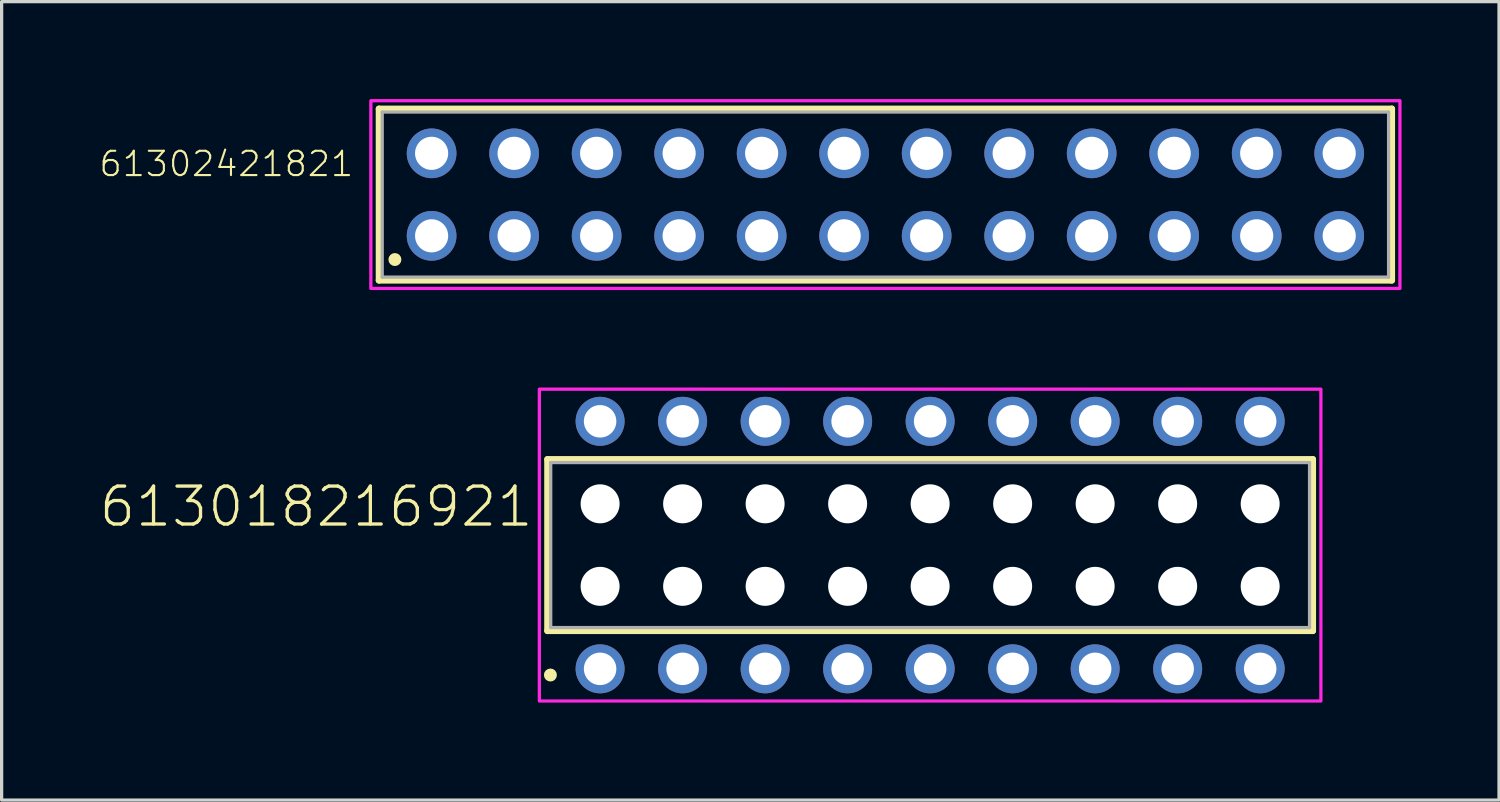
<source format=kicad_pcb>
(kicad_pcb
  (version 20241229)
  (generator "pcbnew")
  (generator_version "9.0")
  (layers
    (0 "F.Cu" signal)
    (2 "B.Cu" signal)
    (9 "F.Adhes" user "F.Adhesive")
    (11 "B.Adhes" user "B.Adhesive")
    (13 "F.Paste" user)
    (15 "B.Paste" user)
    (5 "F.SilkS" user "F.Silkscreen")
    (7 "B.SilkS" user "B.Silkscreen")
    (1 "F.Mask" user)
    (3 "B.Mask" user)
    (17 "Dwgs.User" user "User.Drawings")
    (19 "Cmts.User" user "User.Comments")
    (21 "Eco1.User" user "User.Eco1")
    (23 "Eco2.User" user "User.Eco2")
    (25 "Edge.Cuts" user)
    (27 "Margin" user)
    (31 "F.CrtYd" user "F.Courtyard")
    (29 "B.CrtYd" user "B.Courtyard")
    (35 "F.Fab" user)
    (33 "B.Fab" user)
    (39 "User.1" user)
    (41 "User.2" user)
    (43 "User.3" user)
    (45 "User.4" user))
  (footprint "613018216921"
    (layer "F.Cu")
    (at 25.584 13.73)
    (property "Reference" "613018216921" (at -12.16 -0.5 0) (unlocked yes) (layer "F.SilkS") (effects (font (size 1.168 1.168) (thickness 0.102)) (justify right bottom)))
    (fp_line (start -11.78 -2.64) (end 11.78 -2.64) (stroke (width 0.2) (type solid)) (layer "F.SilkS"))
    (fp_line (start -11.78 2.64) (end -11.78 -2.64) (stroke (width 0.2) (type solid)) (layer "F.SilkS"))
    (fp_line (start 11.78 -2.64) (end 11.78 2.64) (stroke (width 0.2) (type solid)) (layer "F.SilkS"))
    (fp_line (start 11.78 2.64) (end -11.78 2.64) (stroke (width 0.2) (type solid)) (layer "F.SilkS"))
    (fp_circle (center -11.69 4) (end -11.59 4) (stroke (width 0.2) (type solid)) (fill no) (layer "F.SilkS"))
    (fp_poly (pts (xy 12.03 4.8) (xy -12.03 4.8) (xy -12.03 -4.8) (xy 12.03 -4.8)) (stroke (width 0.1) (type default)) (fill no) (layer "F.CrtYd"))
    (fp_line (start -11.68 -2.54) (end -11.68 2.54) (stroke (width 0.1) (type solid)) (layer "F.Fab"))
    (fp_line (start -11.68 2.54) (end 11.68 2.54) (stroke (width 0.1) (type solid)) (layer "F.Fab"))
    (fp_line (start 11.68 -2.54) (end -11.68 -2.54) (stroke (width 0.1) (type solid)) (layer "F.Fab"))
    (fp_line (start 11.68 2.54) (end 11.68 -2.54) (stroke (width 0.1) (type solid)) (layer "F.Fab"))
    (pad "" np_thru_hole circle (at -10.16 -1.27) (size 1.2 1.2) (drill 1.2) (layers "*.Cu" "*.Mask"))
    (pad "" np_thru_hole circle (at -10.16 1.27) (size 1.2 1.2) (drill 1.2) (layers "*.Cu" "*.Mask"))
    (pad "" np_thru_hole circle (at -7.62 -1.27) (size 1.2 1.2) (drill 1.2) (layers "*.Cu" "*.Mask"))
    (pad "" np_thru_hole circle (at -7.62 1.27) (size 1.2 1.2) (drill 1.2) (layers "*.Cu" "*.Mask"))
    (pad "" np_thru_hole circle (at -5.08 -1.27) (size 1.2 1.2) (drill 1.2) (layers "*.Cu" "*.Mask"))
    (pad "" np_thru_hole circle (at -5.08 1.27) (size 1.2 1.2) (drill 1.2) (layers "*.Cu" "*.Mask"))
    (pad "" np_thru_hole circle (at -2.54 -1.27) (size 1.2 1.2) (drill 1.2) (layers "*.Cu" "*.Mask"))
    (pad "" np_thru_hole circle (at -2.54 1.27) (size 1.2 1.2) (drill 1.2) (layers "*.Cu" "*.Mask"))
    (pad "" np_thru_hole circle (at 0 -1.27) (size 1.2 1.2) (drill 1.2) (layers "*.Cu" "*.Mask"))
    (pad "" np_thru_hole circle (at 0 1.27) (size 1.2 1.2) (drill 1.2) (layers "*.Cu" "*.Mask"))
    (pad "" np_thru_hole circle (at 2.54 -1.27) (size 1.2 1.2) (drill 1.2) (layers "*.Cu" "*.Mask"))
    (pad "" np_thru_hole circle (at 2.54 1.27) (size 1.2 1.2) (drill 1.2) (layers "*.Cu" "*.Mask"))
    (pad "" np_thru_hole circle (at 5.08 -1.27) (size 1.2 1.2) (drill 1.2) (layers "*.Cu" "*.Mask"))
    (pad "" np_thru_hole circle (at 5.08 1.27) (size 1.2 1.2) (drill 1.2) (layers "*.Cu" "*.Mask"))
    (pad "" np_thru_hole circle (at 7.62 -1.27) (size 1.2 1.2) (drill 1.2) (layers "*.Cu" "*.Mask"))
    (pad "" np_thru_hole circle (at 7.62 1.27) (size 1.2 1.2) (drill 1.2) (layers "*.Cu" "*.Mask"))
    (pad "" np_thru_hole circle (at 10.16 -1.27) (size 1.2 1.2) (drill 1.2) (layers "*.Cu" "*.Mask"))
    (pad "" np_thru_hole circle (at 10.16 1.27) (size 1.2 1.2) (drill 1.2) (layers "*.Cu" "*.Mask"))
    (pad "1" thru_hole circle (at -10.16 3.81) (size 1.508 1.508) (drill 1) (layers "*.Cu" "*.Mask"))
    (pad "2" thru_hole circle (at -10.16 -3.81) (size 1.508 1.508) (drill 1) (layers "*.Cu" "*.Mask"))
    (pad "3" thru_hole circle (at -7.62 3.81) (size 1.508 1.508) (drill 1) (layers "*.Cu" "*.Mask"))
    (pad "4" thru_hole circle (at -7.62 -3.81) (size 1.508 1.508) (drill 1) (layers "*.Cu" "*.Mask"))
    (pad "5" thru_hole circle (at -5.08 3.81) (size 1.508 1.508) (drill 1) (layers "*.Cu" "*.Mask"))
    (pad "6" thru_hole circle (at -5.08 -3.81) (size 1.508 1.508) (drill 1) (layers "*.Cu" "*.Mask"))
    (pad "7" thru_hole circle (at -2.54 3.81) (size 1.508 1.508) (drill 1) (layers "*.Cu" "*.Mask"))
    (pad "8" thru_hole circle (at -2.54 -3.81) (size 1.508 1.508) (drill 1) (layers "*.Cu" "*.Mask"))
    (pad "9" thru_hole circle (at 0 3.81) (size 1.508 1.508) (drill 1) (layers "*.Cu" "*.Mask"))
    (pad "10" thru_hole circle (at 0 -3.81) (size 1.508 1.508) (drill 1) (layers "*.Cu" "*.Mask"))
    (pad "11" thru_hole circle (at 2.54 3.81) (size 1.508 1.508) (drill 1) (layers "*.Cu" "*.Mask"))
    (pad "12" thru_hole circle (at 2.54 -3.81) (size 1.508 1.508) (drill 1) (layers "*.Cu" "*.Mask"))
    (pad "13" thru_hole circle (at 5.08 3.81) (size 1.508 1.508) (drill 1) (layers "*.Cu" "*.Mask"))
    (pad "14" thru_hole circle (at 5.08 -3.81) (size 1.508 1.508) (drill 1) (layers "*.Cu" "*.Mask"))
    (pad "15" thru_hole circle (at 7.62 3.81) (size 1.508 1.508) (drill 1) (layers "*.Cu" "*.Mask"))
    (pad "16" thru_hole circle (at 7.62 -3.81) (size 1.508 1.508) (drill 1) (layers "*.Cu" "*.Mask"))
    (pad "17" thru_hole circle (at 10.16 3.81) (size 1.508 1.508) (drill 1) (layers "*.Cu" "*.Mask"))
    (pad "18" thru_hole circle (at 10.16 -3.81) (size 1.508 1.508) (drill 1) (layers "*.Cu" "*.Mask")))
  (footprint "61302421821"
    (layer "F.Cu")
    (at 24.207 2.94)
    (property "Reference" "61302421821" (at -16.328 -0.506 0) (unlocked yes) (layer "F.SilkS") (effects (font (size 0.748 0.748) (thickness 0.065)) (justify right bottom)))
    (fp_line (start -15.59 -2.64) (end 15.59 -2.64) (stroke (width 0.2) (type solid)) (layer "F.SilkS"))
    (fp_line (start -15.59 2.64) (end -15.59 -2.64) (stroke (width 0.2) (type solid)) (layer "F.SilkS"))
    (fp_line (start 15.59 -2.64) (end 15.59 2.64) (stroke (width 0.2) (type solid)) (layer "F.SilkS"))
    (fp_line (start 15.59 2.64) (end -15.59 2.64) (stroke (width 0.2) (type solid)) (layer "F.SilkS"))
    (fp_circle (center -15.1 2) (end -15 2) (stroke (width 0.2) (type solid)) (fill no) (layer "F.SilkS"))
    (fp_poly (pts (xy 15.84 2.89) (xy -15.84 2.89) (xy -15.84 -2.89) (xy 15.84 -2.89)) (stroke (width 0.1) (type default)) (fill no) (layer "F.CrtYd"))
    (fp_line (start -15.49 -2.54) (end -15.49 2.54) (stroke (width 0.1) (type solid)) (layer "F.Fab"))
    (fp_line (start -15.49 2.54) (end 15.49 2.54) (stroke (width 0.1) (type solid)) (layer "F.Fab"))
    (fp_line (start 15.49 -2.54) (end -15.49 -2.54) (stroke (width 0.1) (type solid)) (layer "F.Fab"))
    (fp_line (start 15.49 2.54) (end 15.49 -2.54) (stroke (width 0.1) (type solid)) (layer "F.Fab"))
    (pad "1" thru_hole circle (at -13.97 1.27) (size 1.53 1.53) (drill 1.02) (layers "*.Cu" "*.Mask"))
    (pad "2" thru_hole circle (at -13.97 -1.27) (size 1.53 1.53) (drill 1.02) (layers "*.Cu" "*.Mask"))
    (pad "3" thru_hole circle (at -11.43 1.27) (size 1.53 1.53) (drill 1.02) (layers "*.Cu" "*.Mask"))
    (pad "4" thru_hole circle (at -11.43 -1.27) (size 1.53 1.53) (drill 1.02) (layers "*.Cu" "*.Mask"))
    (pad "5" thru_hole circle (at -8.89 1.27) (size 1.53 1.53) (drill 1.02) (layers "*.Cu" "*.Mask"))
    (pad "6" thru_hole circle (at -8.89 -1.27) (size 1.53 1.53) (drill 1.02) (layers "*.Cu" "*.Mask"))
    (pad "7" thru_hole circle (at -6.35 1.27) (size 1.53 1.53) (drill 1.02) (layers "*.Cu" "*.Mask"))
    (pad "8" thru_hole circle (at -6.35 -1.27) (size 1.53 1.53) (drill 1.02) (layers "*.Cu" "*.Mask"))
    (pad "9" thru_hole circle (at -3.81 1.27) (size 1.53 1.53) (drill 1.02) (layers "*.Cu" "*.Mask"))
    (pad "10" thru_hole circle (at -3.81 -1.27) (size 1.53 1.53) (drill 1.02) (layers "*.Cu" "*.Mask"))
    (pad "11" thru_hole circle (at -1.27 1.27) (size 1.53 1.53) (drill 1.02) (layers "*.Cu" "*.Mask"))
    (pad "12" thru_hole circle (at -1.27 -1.27) (size 1.53 1.53) (drill 1.02) (layers "*.Cu" "*.Mask"))
    (pad "13" thru_hole circle (at 1.27 1.27) (size 1.53 1.53) (drill 1.02) (layers "*.Cu" "*.Mask"))
    (pad "14" thru_hole circle (at 1.27 -1.27) (size 1.53 1.53) (drill 1.02) (layers "*.Cu" "*.Mask"))
    (pad "15" thru_hole circle (at 3.81 1.27) (size 1.53 1.53) (drill 1.02) (layers "*.Cu" "*.Mask"))
    (pad "16" thru_hole circle (at 3.81 -1.27) (size 1.53 1.53) (drill 1.02) (layers "*.Cu" "*.Mask"))
    (pad "17" thru_hole circle (at 6.35 1.27) (size 1.53 1.53) (drill 1.02) (layers "*.Cu" "*.Mask"))
    (pad "18" thru_hole circle (at 6.35 -1.27) (size 1.53 1.53) (drill 1.02) (layers "*.Cu" "*.Mask"))
    (pad "19" thru_hole circle (at 8.89 1.27) (size 1.53 1.53) (drill 1.02) (layers "*.Cu" "*.Mask"))
    (pad "20" thru_hole circle (at 8.89 -1.27) (size 1.53 1.53) (drill 1.02) (layers "*.Cu" "*.Mask"))
    (pad "21" thru_hole circle (at 11.43 1.27) (size 1.53 1.53) (drill 1.02) (layers "*.Cu" "*.Mask"))
    (pad "22" thru_hole circle (at 11.43 -1.27) (size 1.53 1.53) (drill 1.02) (layers "*.Cu" "*.Mask"))
    (pad "23" thru_hole circle (at 13.97 1.27) (size 1.53 1.53) (drill 1.02) (layers "*.Cu" "*.Mask"))
    (pad "24" thru_hole circle (at 13.97 -1.27) (size 1.53 1.53) (drill 1.02) (layers "*.Cu" "*.Mask")))
  (gr_rect
    (start -3 -3)
    (end 43.097 21.58)
    (stroke (width 0.1) (type default))
    (fill no)
    (layer "Edge.Cuts")))
</source>
